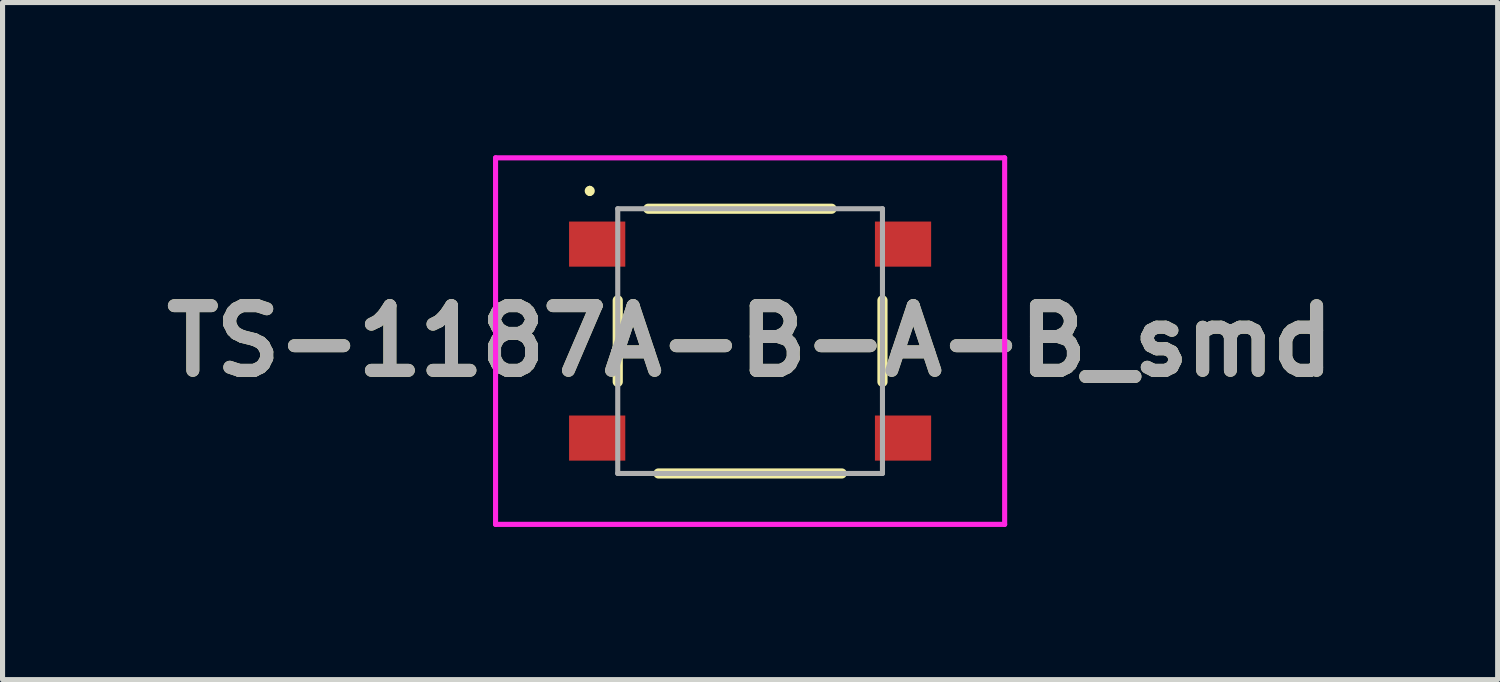
<source format=kicad_pcb>
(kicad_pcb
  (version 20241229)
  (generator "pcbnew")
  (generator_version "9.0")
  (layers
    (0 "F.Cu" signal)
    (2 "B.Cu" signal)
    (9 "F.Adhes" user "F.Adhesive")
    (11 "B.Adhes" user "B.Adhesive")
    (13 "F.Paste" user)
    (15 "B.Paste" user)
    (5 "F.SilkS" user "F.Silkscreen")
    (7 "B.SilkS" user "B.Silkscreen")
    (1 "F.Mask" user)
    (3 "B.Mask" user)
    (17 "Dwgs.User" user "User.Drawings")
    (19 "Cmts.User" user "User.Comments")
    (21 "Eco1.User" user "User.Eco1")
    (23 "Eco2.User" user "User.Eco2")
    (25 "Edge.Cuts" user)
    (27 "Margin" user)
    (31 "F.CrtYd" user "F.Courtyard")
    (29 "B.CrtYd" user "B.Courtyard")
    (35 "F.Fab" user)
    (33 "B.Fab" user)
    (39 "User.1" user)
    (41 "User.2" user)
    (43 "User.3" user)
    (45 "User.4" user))
  (footprint "TS-1187A-B-A-B_smd"
    (layer "F.Cu")
    (at 11.684 3.65)
    (property "Reference" "TS-1187A-B-A-B_smd" (at 0 0 0) (layer "F.SilkS") (effects (font (size 1.27 1.27) (thickness 0.254))))
    (attr smd)
    (fp_line (start -3.15 -3) (end -3.15 -3) (stroke (width 0.1) (type solid)) (layer "F.SilkS"))
    (fp_line (start -3.15 -2.9) (end -3.15 -2.9) (stroke (width 0.1) (type solid)) (layer "F.SilkS"))
    (fp_line (start -2.6 0.8) (end -2.6 -0.8) (stroke (width 0.2) (type solid)) (layer "F.SilkS"))
    (fp_line (start -1.8 2.6) (end 1.8 2.6) (stroke (width 0.2) (type solid)) (layer "F.SilkS"))
    (fp_line (start 1.6 -2.6) (end -2 -2.6) (stroke (width 0.2) (type solid)) (layer "F.SilkS"))
    (fp_line (start 2.6 0.8) (end 2.6 -0.8) (stroke (width 0.2) (type solid)) (layer "F.SilkS"))
    (fp_arc (start -3.15 -3) (mid -3.1 -2.95) (end -3.15 -2.9) (stroke (width 0.1) (type solid)) (layer "F.SilkS"))
    (fp_arc (start -3.15 -2.9) (mid -3.2 -2.95) (end -3.15 -3) (stroke (width 0.1) (type solid)) (layer "F.SilkS"))
    (fp_line (start -5 -3.6) (end 5 -3.6) (stroke (width 0.1) (type solid)) (layer "F.CrtYd"))
    (fp_line (start -5 3.6) (end -5 -3.6) (stroke (width 0.1) (type solid)) (layer "F.CrtYd"))
    (fp_line (start 5 -3.6) (end 5 3.6) (stroke (width 0.1) (type solid)) (layer "F.CrtYd"))
    (fp_line (start 5 3.6) (end -5 3.6) (stroke (width 0.1) (type solid)) (layer "F.CrtYd"))
    (fp_line (start -2.6 -2.6) (end -2.6 2.6) (stroke (width 0.1) (type solid)) (layer "F.Fab"))
    (fp_line (start -2.6 2.6) (end 2.6 2.6) (stroke (width 0.1) (type solid)) (layer "F.Fab"))
    (fp_line (start 2.6 -2.6) (end -2.6 -2.6) (stroke (width 0.1) (type solid)) (layer "F.Fab"))
    (fp_line (start 2.6 2.6) (end 2.6 -2.6) (stroke (width 0.1) (type solid)) (layer "F.Fab"))
    (fp_text user "${REFERENCE}" (at 0 0 0) (layer "F.Fab") (effects (font (size 1.27 1.27) (thickness 0.254))))
    (pad "A" smd rect (at -3.004 -1.905 90) (size 0.886 1.104) (layers "F.Cu" "F.Mask" "F.Paste"))
    (pad "B" smd rect (at 3.004 -1.905 90) (size 0.886 1.104) (layers "F.Cu" "F.Mask" "F.Paste"))
    (pad "C" smd rect (at -3.004 1.905 90) (size 0.886 1.104) (layers "F.Cu" "F.Mask" "F.Paste"))
    (pad "D" smd rect (at 3.004 1.905 90) (size 0.886 1.104) (layers "F.Cu" "F.Mask" "F.Paste")))
  (gr_rect
    (start -3 -3)
    (end 26.368 10.3)
    (stroke (width 0.1) (type default))
    (fill no)
    (layer "Edge.Cuts")))
</source>
